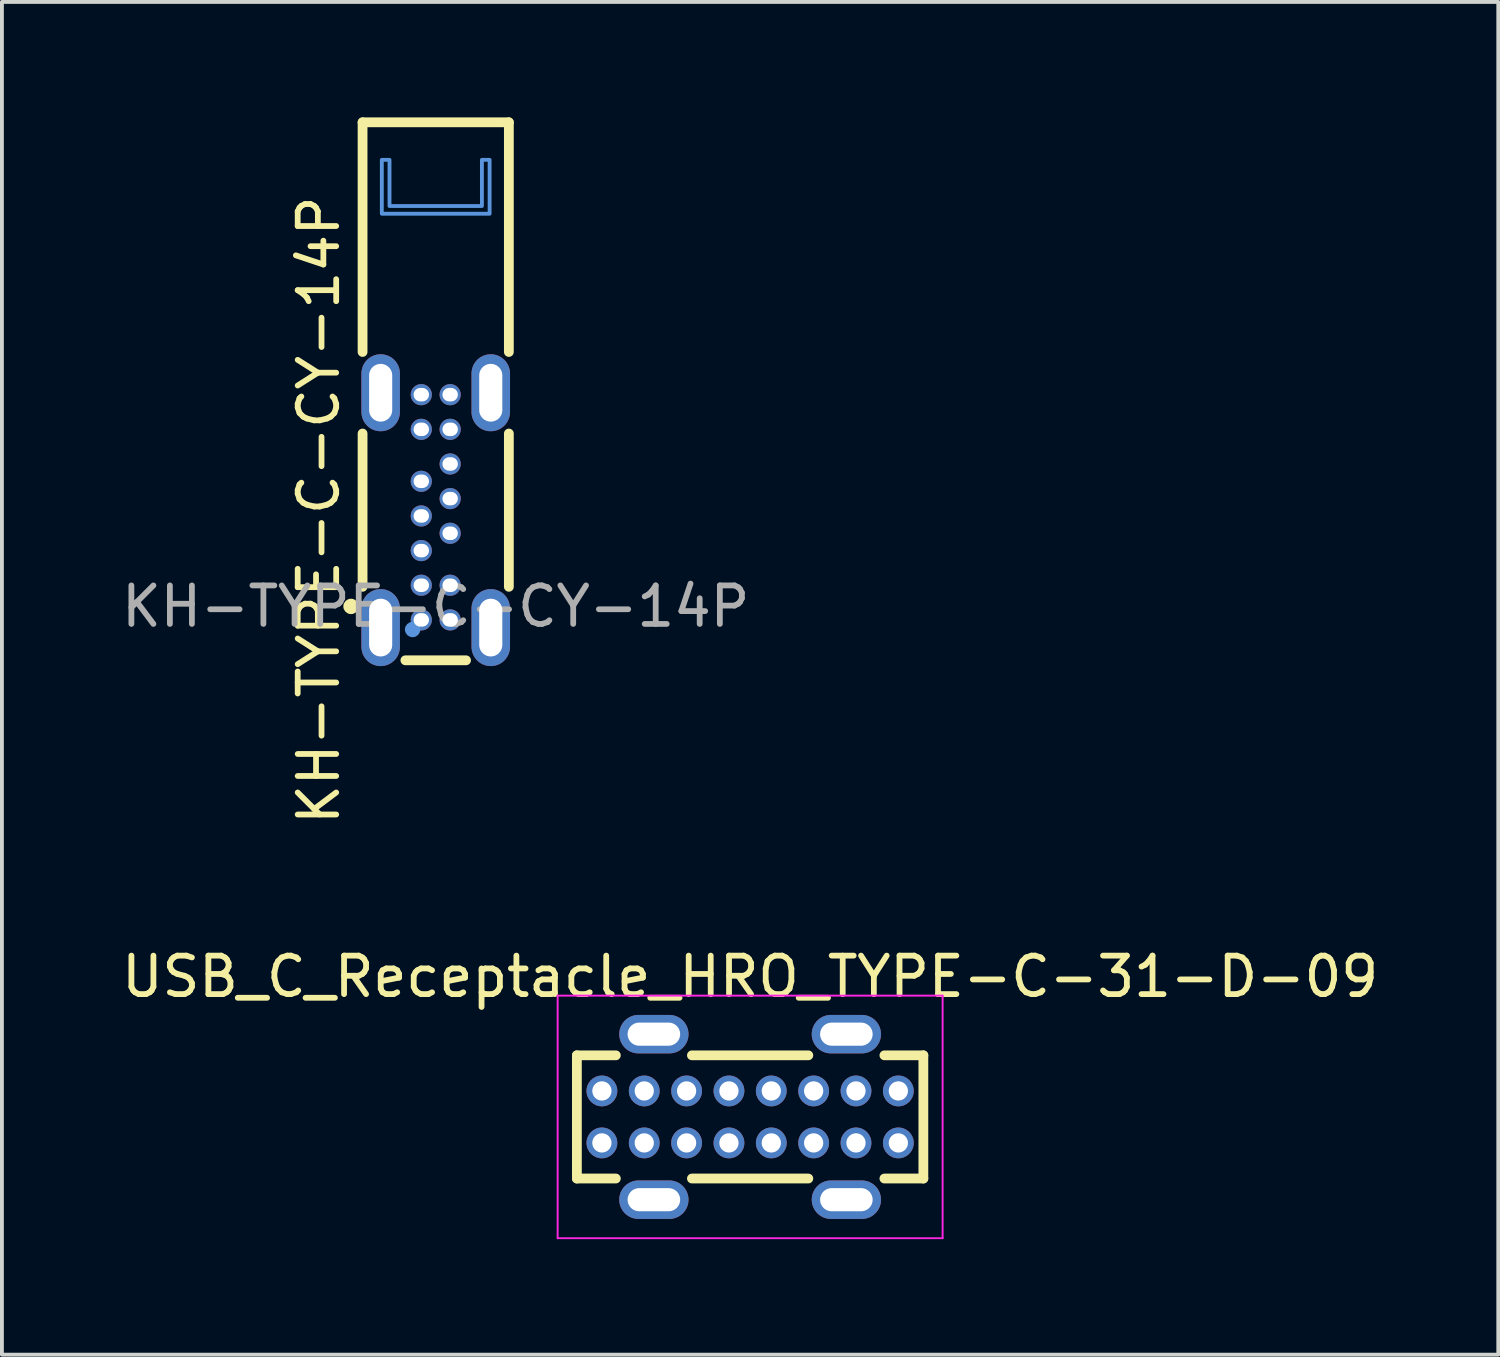
<source format=kicad_pcb>
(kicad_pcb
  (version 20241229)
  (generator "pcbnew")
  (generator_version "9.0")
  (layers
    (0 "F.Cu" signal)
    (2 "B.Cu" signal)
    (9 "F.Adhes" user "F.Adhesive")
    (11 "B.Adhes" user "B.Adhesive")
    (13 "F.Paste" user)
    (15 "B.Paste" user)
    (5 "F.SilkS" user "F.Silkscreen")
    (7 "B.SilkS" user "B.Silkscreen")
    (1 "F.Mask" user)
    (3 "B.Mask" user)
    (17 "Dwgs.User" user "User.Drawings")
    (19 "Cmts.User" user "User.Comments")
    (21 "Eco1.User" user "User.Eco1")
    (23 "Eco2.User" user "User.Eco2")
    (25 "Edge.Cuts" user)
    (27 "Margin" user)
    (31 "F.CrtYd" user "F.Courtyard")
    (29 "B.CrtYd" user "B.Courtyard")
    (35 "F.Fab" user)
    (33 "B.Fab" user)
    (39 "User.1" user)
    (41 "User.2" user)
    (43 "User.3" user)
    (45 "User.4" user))
  (footprint "USB_C_Receptacle_HRO_TYPE-C-31-D-09"
    (layer "F.Cu")
    (at 16.435 25.963)
    (property "Reference" "USB_C_Receptacle_HRO_TYPE-C-31-D-09" (at 0 -3.645 0) (layer "F.SilkS") (effects (font (size 1 1) (thickness 0.15))))
    (attr through_hole)
    (fp_line (start -4.5 -1.6) (end -4.5 1.6) (stroke (width 0.254) (type solid)) (layer "F.SilkS"))
    (fp_line (start -4.5 -1.6) (end -3.488 -1.6) (stroke (width 0.254) (type solid)) (layer "F.SilkS"))
    (fp_line (start -4.5 1.6) (end -3.488 1.6) (stroke (width 0.254) (type solid)) (layer "F.SilkS"))
    (fp_line (start -1.512 -1.6) (end 1.512 -1.6) (stroke (width 0.254) (type solid)) (layer "F.SilkS"))
    (fp_line (start -1.512 1.6) (end 1.512 1.6) (stroke (width 0.254) (type solid)) (layer "F.SilkS"))
    (fp_line (start 3.488 -1.6) (end 4.5 -1.6) (stroke (width 0.254) (type solid)) (layer "F.SilkS"))
    (fp_line (start 3.488 1.6) (end 4.5 1.6) (stroke (width 0.254) (type solid)) (layer "F.SilkS"))
    (fp_line (start 4.5 -1.6) (end 4.5 1.6) (stroke (width 0.254) (type solid)) (layer "F.SilkS"))
    (fp_line (start -5 -3.15) (end -5 3.15) (stroke (width 0.05) (type solid)) (layer "F.CrtYd"))
    (fp_line (start -5 -3.15) (end 5 -3.15) (stroke (width 0.05) (type solid)) (layer "F.CrtYd"))
    (fp_line (start -5 3.15) (end 5 3.15) (stroke (width 0.05) (type solid)) (layer "F.CrtYd"))
    (fp_line (start 5 -3.15) (end 5 3.15) (stroke (width 0.05) (type solid)) (layer "F.CrtYd"))
    (pad "A1" thru_hole circle (at -3.85 -0.675) (size 0.8 0.8) (drill 0.5) (layers "*.Cu" "*.Mask"))
    (pad "A4" thru_hole circle (at -2.75 -0.675) (size 0.8 0.8) (drill 0.5) (layers "*.Cu" "*.Mask"))
    (pad "A5" thru_hole circle (at -1.65 -0.675) (size 0.8 0.8) (drill 0.5) (layers "*.Cu" "*.Mask"))
    (pad "A6" thru_hole circle (at -0.55 -0.675) (size 0.8 0.8) (drill 0.5) (layers "*.Cu" "*.Mask"))
    (pad "A7" thru_hole circle (at 0.55 -0.675) (size 0.8 0.8) (drill 0.5) (layers "*.Cu" "*.Mask"))
    (pad "A8" thru_hole circle (at 1.65 -0.675) (size 0.8 0.8) (drill 0.5) (layers "*.Cu" "*.Mask"))
    (pad "A9" thru_hole circle (at 2.75 -0.675) (size 0.8 0.8) (drill 0.5) (layers "*.Cu" "*.Mask"))
    (pad "A12" thru_hole circle (at 3.85 -0.675) (size 0.8 0.8) (drill 0.5) (layers "*.Cu" "*.Mask"))
    (pad "B1" thru_hole circle (at 3.85 0.675) (size 0.8 0.8) (drill 0.5) (layers "*.Cu" "*.Mask"))
    (pad "B4" thru_hole circle (at 2.75 0.675) (size 0.8 0.8) (drill 0.5) (layers "*.Cu" "*.Mask"))
    (pad "B5" thru_hole circle (at 1.65 0.675) (size 0.8 0.8) (drill 0.5) (layers "*.Cu" "*.Mask"))
    (pad "B6" thru_hole circle (at 0.55 0.675) (size 0.8 0.8) (drill 0.5) (layers "*.Cu" "*.Mask"))
    (pad "B7" thru_hole circle (at -0.55 0.675) (size 0.8 0.8) (drill 0.5) (layers "*.Cu" "*.Mask"))
    (pad "B8" thru_hole circle (at -1.65 0.675) (size 0.8 0.8) (drill 0.5) (layers "*.Cu" "*.Mask"))
    (pad "B9" thru_hole circle (at -2.75 0.675) (size 0.8 0.8) (drill 0.5) (layers "*.Cu" "*.Mask"))
    (pad "B12" thru_hole circle (at -3.85 0.675) (size 0.8 0.8) (drill 0.5) (layers "*.Cu" "*.Mask"))
    (pad "S1" thru_hole oval (at -2.5 -2.15) (size 1.8 1) (drill oval 1.365 0.6) (layers "*.Cu" "*.Mask"))
    (pad "S1" thru_hole oval (at -2.5 2.15) (size 1.8 1) (drill oval 1.365 0.6) (layers "*.Cu" "*.Mask"))
    (pad "S1" thru_hole oval (at 2.5 -2.15) (size 1.8 1) (drill oval 1.365 0.6) (layers "*.Cu" "*.Mask"))
    (pad "S1" thru_hole oval (at 2.5 2.15) (size 1.8 1) (drill oval 1.365 0.6) (layers "*.Cu" "*.Mask")))
  (footprint "KH-TYPE-C-CY-14P"
    (layer "F.Cu")
    (at 8.268 10.127)
    (property "Reference" "KH-TYPE-C-CY-14P" (at -3.04 0.075 90) (unlocked yes) (layer "F.SilkS") (effects (font (size 1 1) (thickness 0.15))))
    (attr through_hole)
    (fp_line (start -1.9 -10) (end 1.9 -10) (stroke (width 0.254) (type solid)) (layer "F.SilkS"))
    (fp_line (start -1.9 -4.034) (end -1.9 -10) (stroke (width 0.254) (type solid)) (layer "F.SilkS"))
    (fp_line (start -1.9 2.066) (end -1.9 -1.916) (stroke (width 0.254) (type solid)) (layer "F.SilkS"))
    (fp_line (start -0.788 3.975) (end 0.788 3.975) (stroke (width 0.254) (type solid)) (layer "F.SilkS"))
    (fp_line (start 1.9 -10) (end 1.9 -4.034) (stroke (width 0.254) (type solid)) (layer "F.SilkS"))
    (fp_line (start 1.9 -1.916) (end 1.9 2.066) (stroke (width 0.254) (type solid)) (layer "F.SilkS"))
    (fp_circle (center -2.2 2.575) (end -2.1 2.575) (stroke (width 0.2) (type solid)) (fill no) (layer "F.SilkS"))
    (fp_circle (center -0.6 3.175) (end -0.5 3.175) (stroke (width 0.2) (type solid)) (fill no) (layer "Cmts.User"))
    (fp_poly (pts (xy -1.4 -9.025) (xy -1.4 -7.625) (xy 1.4 -7.625) (xy 1.4 -9.025) (xy 1.2 -9.025) (xy 1.2 -7.825) (xy -1.2 -7.825) (xy -1.2 -9.025)) (stroke (width 0.1) (type solid)) (fill no) (layer "Cmts.User"))
    (fp_text user "${REFERENCE}" (at 0 2.575 0) (unlocked yes) (layer "F.Fab") (effects (font (size 1 1) (thickness 0.15))))
    (pad "A1" thru_hole circle (at 0.375 -2.925 270) (size 0.55 0.55) (drill oval 0.35 0.4) (layers "*.Cu" "*.Mask"))
    (pad "A4" thru_hole circle (at 0.375 -2.025 270) (size 0.55 0.55) (drill oval 0.35 0.4) (layers "*.Cu" "*.Mask"))
    (pad "A5" thru_hole circle (at 0.375 -1.125 270) (size 0.55 0.55) (drill oval 0.35 0.4) (layers "*.Cu" "*.Mask"))
    (pad "A6" thru_hole circle (at 0.375 -0.225 270) (size 0.55 0.55) (drill oval 0.35 0.4) (layers "*.Cu" "*.Mask"))
    (pad "A7" thru_hole circle (at 0.375 0.675 270) (size 0.55 0.55) (drill oval 0.35 0.4) (layers "*.Cu" "*.Mask"))
    (pad "A9" thru_hole circle (at 0.375 2.025 270) (size 0.55 0.55) (drill oval 0.35 0.4) (layers "*.Cu" "*.Mask"))
    (pad "A12" thru_hole circle (at 0.375 2.925 270) (size 0.55 0.55) (drill oval 0.35 0.4) (layers "*.Cu" "*.Mask"))
    (pad "B1" thru_hole circle (at -0.375 2.925 270) (size 0.55 0.55) (drill oval 0.35 0.4) (layers "*.Cu" "*.Mask"))
    (pad "B4" thru_hole circle (at -0.375 2.025 270) (size 0.55 0.55) (drill oval 0.35 0.4) (layers "*.Cu" "*.Mask"))
    (pad "B5" thru_hole circle (at -0.375 1.125 270) (size 0.55 0.55) (drill oval 0.35 0.4) (layers "*.Cu" "*.Mask"))
    (pad "B6" thru_hole circle (at -0.375 0.225 270) (size 0.55 0.55) (drill oval 0.35 0.4) (layers "*.Cu" "*.Mask"))
    (pad "B7" thru_hole circle (at -0.375 -0.675 270) (size 0.55 0.55) (drill oval 0.35 0.4) (layers "*.Cu" "*.Mask"))
    (pad "B9" thru_hole circle (at -0.375 -2.025 270) (size 0.55 0.55) (drill oval 0.35 0.4) (layers "*.Cu" "*.Mask"))
    (pad "B12" thru_hole circle (at -0.375 -2.925 270) (size 0.55 0.55) (drill oval 0.35 0.4) (layers "*.Cu" "*.Mask"))
    (pad "S1" thru_hole oval (at -1.43 -2.975) (size 1 2) (drill oval 0.6 1.5) (layers "*.Cu" "*.Mask"))
    (pad "S1" thru_hole oval (at -1.43 3.125) (size 1 2) (drill oval 0.6 1.5) (layers "*.Cu" "*.Mask"))
    (pad "S1" thru_hole oval (at 1.43 -2.975) (size 1 2) (drill oval 0.6 1.5) (layers "*.Cu" "*.Mask"))
    (pad "S1" thru_hole oval (at 1.43 3.125) (size 1 2) (drill oval 0.6 1.5) (layers "*.Cu" "*.Mask")))
  (gr_rect
    (start -3 -3)
    (end 35.869 32.138)
    (stroke (width 0.1) (type default))
    (fill no)
    (layer "Edge.Cuts")))
</source>
